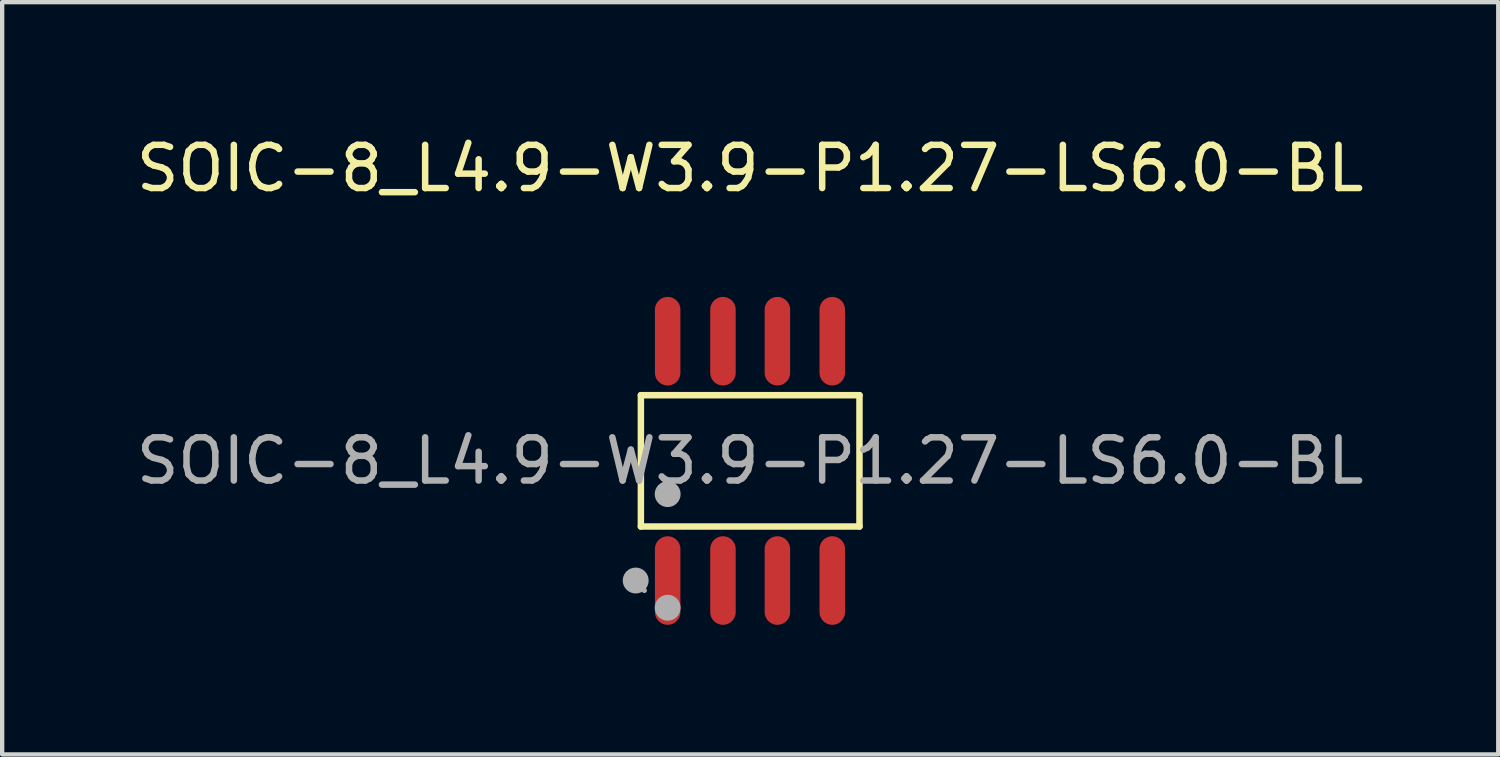
<source format=kicad_pcb>
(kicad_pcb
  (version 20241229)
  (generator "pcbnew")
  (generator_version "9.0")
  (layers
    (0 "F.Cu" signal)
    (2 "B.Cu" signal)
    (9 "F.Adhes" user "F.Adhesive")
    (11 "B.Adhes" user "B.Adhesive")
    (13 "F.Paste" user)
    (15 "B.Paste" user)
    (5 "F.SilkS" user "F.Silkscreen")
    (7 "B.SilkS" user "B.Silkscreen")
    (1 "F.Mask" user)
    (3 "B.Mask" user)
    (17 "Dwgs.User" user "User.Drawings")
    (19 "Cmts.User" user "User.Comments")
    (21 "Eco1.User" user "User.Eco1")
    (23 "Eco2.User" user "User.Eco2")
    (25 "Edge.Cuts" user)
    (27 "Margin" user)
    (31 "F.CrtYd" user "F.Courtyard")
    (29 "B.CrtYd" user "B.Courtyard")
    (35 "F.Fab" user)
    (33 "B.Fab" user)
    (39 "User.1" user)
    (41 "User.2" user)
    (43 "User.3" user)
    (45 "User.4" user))
  (footprint "SOIC-8_L4.9-W3.9-P1.27-LS6.0-BL"
    (layer "F.Cu")
    (at 14.315 7.618)
    (property "Reference" "SOIC-8_L4.9-W3.9-P1.27-LS6.0-BL" (at 0 -6.77 0) (layer "F.SilkS") (effects (font (size 1 1) (thickness 0.15))))
    (attr smd)
    (fp_line (start -2.53 -1.52) (end 2.53 -1.52) (stroke (width 0.15) (type solid)) (layer "F.SilkS"))
    (fp_line (start -2.53 1.52) (end -2.53 -1.52) (stroke (width 0.15) (type solid)) (layer "F.SilkS"))
    (fp_line (start 2.53 -1.52) (end 2.53 1.52) (stroke (width 0.15) (type solid)) (layer "F.SilkS"))
    (fp_line (start 2.53 1.52) (end -2.53 1.52) (stroke (width 0.15) (type solid)) (layer "F.SilkS"))
    (fp_circle (center -2.65 2.77) (end -2.5 2.77) (stroke (width 0.3) (type solid)) (fill no) (layer "F.Fab"))
    (fp_circle (center -2.45 3) (end -2.42 3) (stroke (width 0.06) (type solid)) (fill no) (layer "F.Fab"))
    (fp_circle (center -1.91 0.77) (end -1.76 0.77) (stroke (width 0.3) (type solid)) (fill no) (layer "F.Fab"))
    (fp_circle (center -1.91 3.4) (end -1.76 3.4) (stroke (width 0.3) (type solid)) (fill no) (layer "F.Fab"))
    (fp_text user "${REFERENCE}" (at 0 0 0) (layer "F.Fab") (effects (font (size 1 1) (thickness 0.15))))
    (pad "1" smd oval (at -1.91 2.77) (size 0.59 2.05) (layers "F.Cu" "F.Mask" "F.Paste"))
    (pad "2" smd oval (at -0.63 2.77) (size 0.59 2.05) (layers "F.Cu" "F.Mask" "F.Paste"))
    (pad "3" smd oval (at 0.63 2.77) (size 0.59 2.05) (layers "F.Cu" "F.Mask" "F.Paste"))
    (pad "4" smd oval (at 1.9 2.77) (size 0.59 2.05) (layers "F.Cu" "F.Mask" "F.Paste"))
    (pad "5" smd oval (at 1.9 -2.77) (size 0.59 2.05) (layers "F.Cu" "F.Mask" "F.Paste"))
    (pad "6" smd oval (at 0.63 -2.77) (size 0.59 2.05) (layers "F.Cu" "F.Mask" "F.Paste"))
    (pad "7" smd oval (at -0.63 -2.77) (size 0.59 2.05) (layers "F.Cu" "F.Mask" "F.Paste"))
    (pad "8" smd oval (at -1.91 -2.77) (size 0.59 2.05) (layers "F.Cu" "F.Mask" "F.Paste")))
  (gr_rect
    (start -3 -3)
    (end 31.631 14.413)
    (stroke (width 0.1) (type default))
    (fill no)
    (layer "Edge.Cuts")))
</source>
